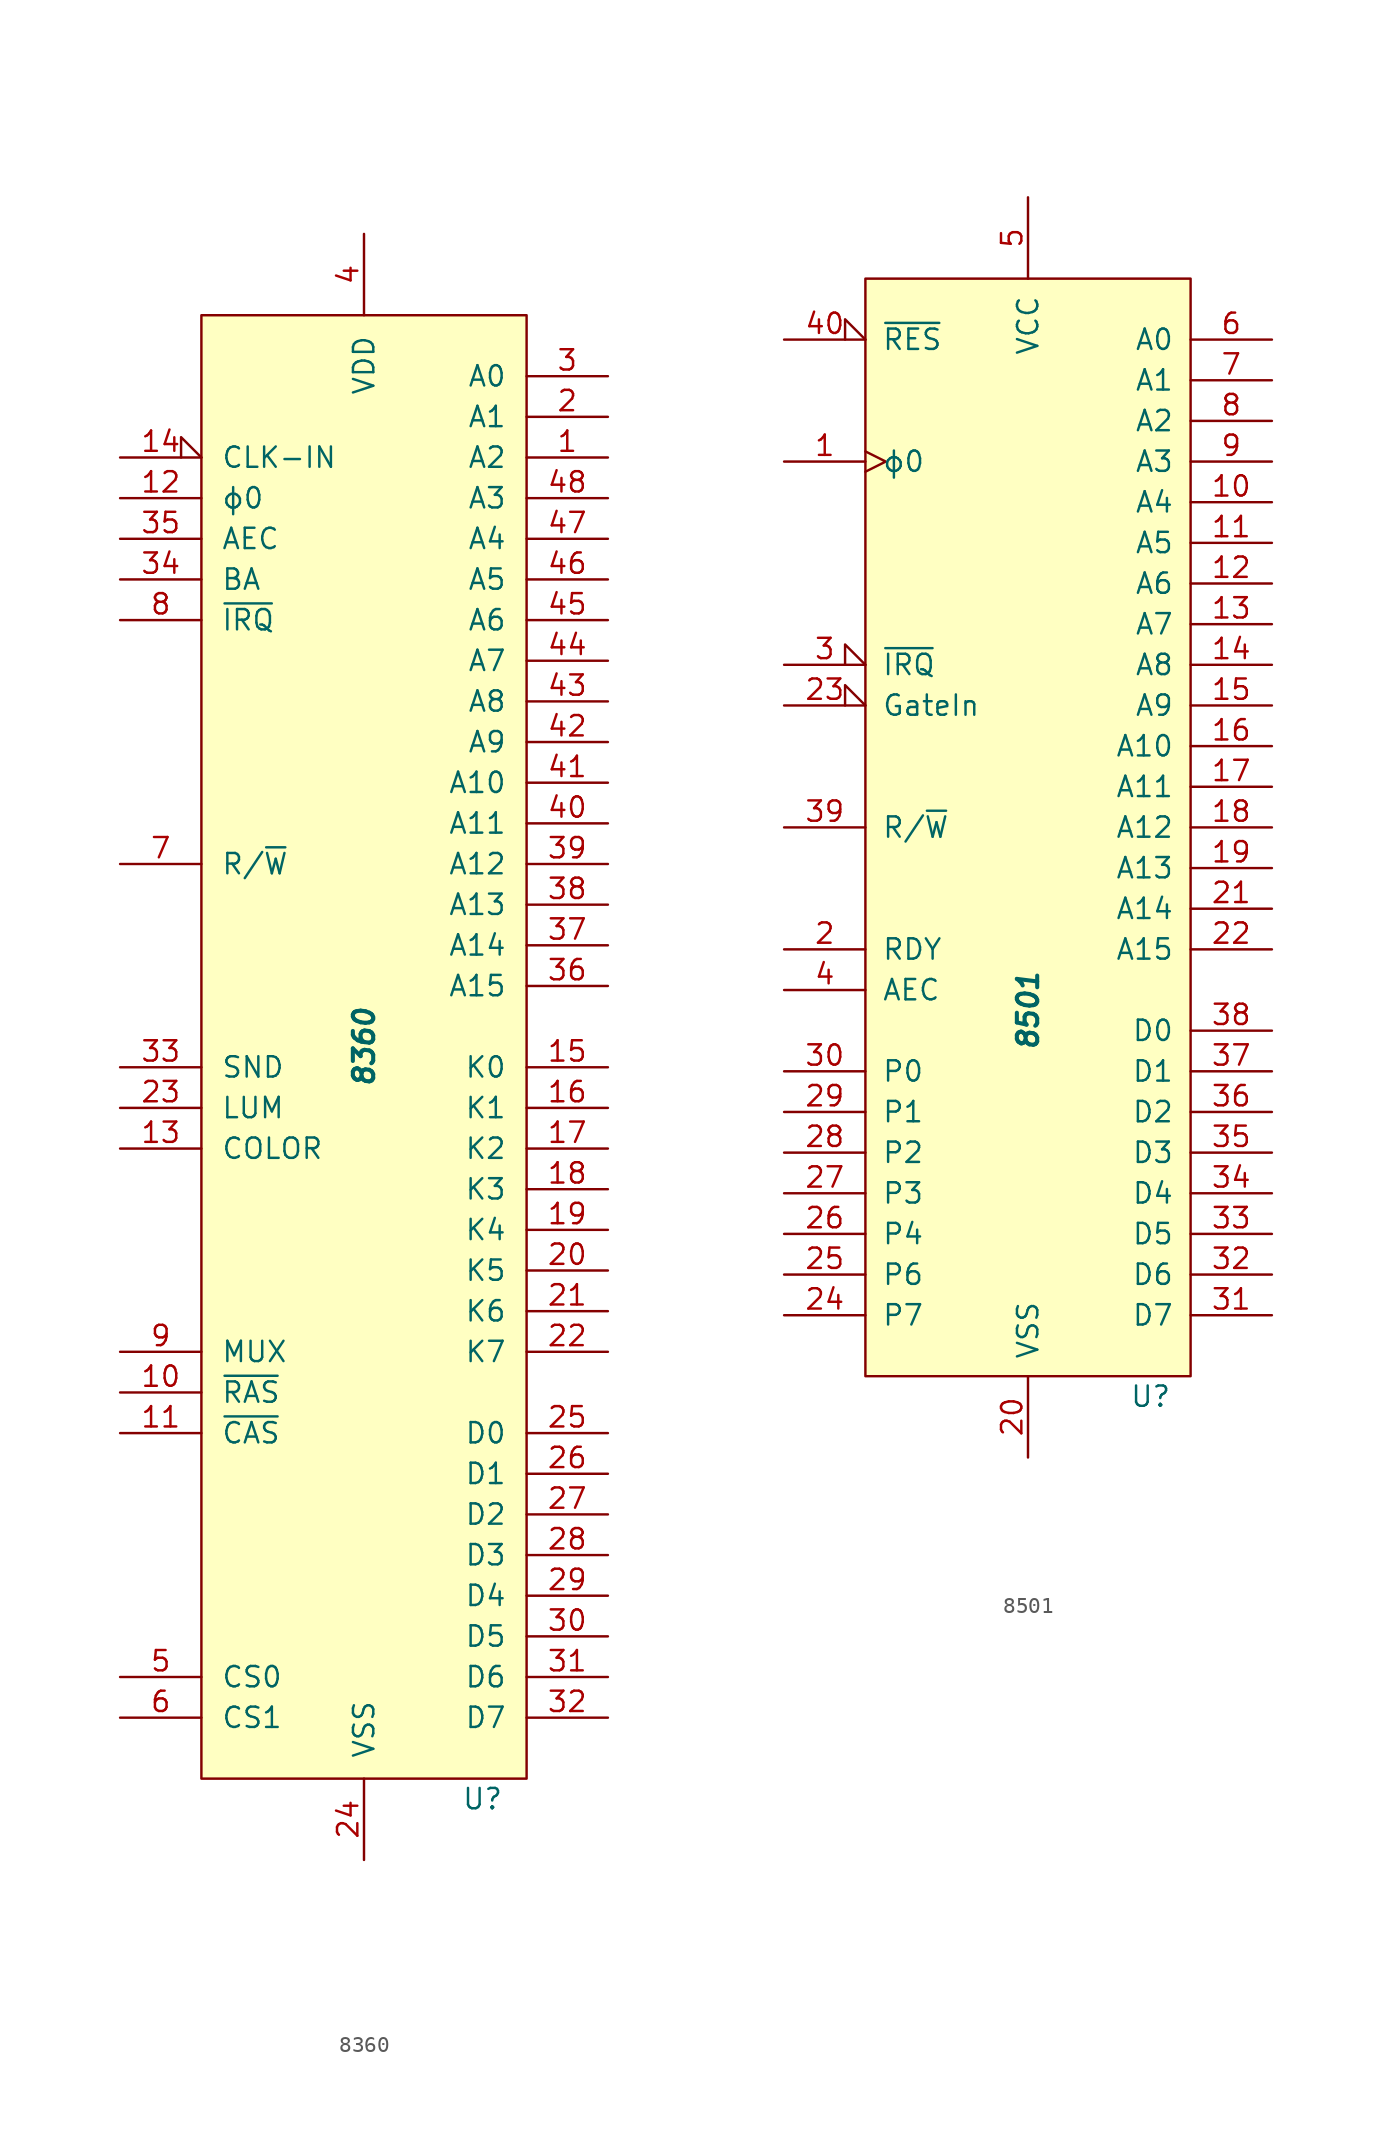
<source format=kicad_sym>
(kicad_symbol_lib
  (version 20231120)
  (generator "kicad_symbol_editor")
  (generator_version "8.0")
  (symbol "8360"
    (pin_names
      (offset 1.219))
    (property "Reference" "U"
      (at 6.096 -46.99 0)
      (effects (font (size 1.27 1.27)) (justify left)))
    (property "Value" "8360"
      (at 0 0 90)
      (effects (font (size 1.27 1.27) (bold yes) (italic yes))))
    (symbol "8360_0_1"
      (rectangle (start -10.16 45.72) (end 10.16 -45.72) (stroke (width 0) (type solid)) (fill (type background))))
    (symbol "8360_1_1"
      (pin tri_state line (at 15.24 36.83 180) (length 5.08) (name "A2" (effects (font (size 1.27 1.27)))) (number "1" (effects (font (size 1.27 1.27)))))
      (pin input line (at -15.24 -21.59 0) (length 5.08) (name "~{RAS}" (effects (font (size 1.27 1.27)))) (number "10" (effects (font (size 1.27 1.27)))))
      (pin input line (at -15.24 -24.13 0) (length 5.08) (name "~{CAS}" (effects (font (size 1.27 1.27)))) (number "11" (effects (font (size 1.27 1.27)))))
      (pin input line (at -15.24 34.29 0) (length 5.08) (name "ϕ0" (effects (font (size 1.27 1.27)))) (number "12" (effects (font (size 1.27 1.27)))))
      (pin input line (at -15.24 -6.35 0) (length 5.08) (name "COLOR" (effects (font (size 1.27 1.27)))) (number "13" (effects (font (size 1.27 1.27)))))
      (pin input input_low (at -15.24 36.83 0) (length 5.08) (name "CLK-IN" (effects (font (size 1.27 1.27)))) (number "14" (effects (font (size 1.27 1.27)))))
      (pin bidirectional line (at 15.24 -1.27 180) (length 5.08) (name "K0" (effects (font (size 1.27 1.27)))) (number "15" (effects (font (size 1.27 1.27)))))
      (pin bidirectional line (at 15.24 -3.81 180) (length 5.08) (name "K1" (effects (font (size 1.27 1.27)))) (number "16" (effects (font (size 1.27 1.27)))))
      (pin bidirectional line (at 15.24 -6.35 180) (length 5.08) (name "K2" (effects (font (size 1.27 1.27)))) (number "17" (effects (font (size 1.27 1.27)))))
      (pin bidirectional line (at 15.24 -8.89 180) (length 5.08) (name "K3" (effects (font (size 1.27 1.27)))) (number "18" (effects (font (size 1.27 1.27)))))
      (pin bidirectional line (at 15.24 -11.43 180) (length 5.08) (name "K4" (effects (font (size 1.27 1.27)))) (number "19" (effects (font (size 1.27 1.27)))))
      (pin tri_state line (at 15.24 39.37 180) (length 5.08) (name "A1" (effects (font (size 1.27 1.27)))) (number "2" (effects (font (size 1.27 1.27)))))
      (pin bidirectional line (at 15.24 -13.97 180) (length 5.08) (name "K5" (effects (font (size 1.27 1.27)))) (number "20" (effects (font (size 1.27 1.27)))))
      (pin bidirectional line (at 15.24 -16.51 180) (length 5.08) (name "K6" (effects (font (size 1.27 1.27)))) (number "21" (effects (font (size 1.27 1.27)))))
      (pin bidirectional line (at 15.24 -19.05 180) (length 5.08) (name "K7" (effects (font (size 1.27 1.27)))) (number "22" (effects (font (size 1.27 1.27)))))
      (pin input line (at -15.24 -3.81 0) (length 5.08) (name "LUM" (effects (font (size 1.27 1.27)))) (number "23" (effects (font (size 1.27 1.27)))))
      (pin power_in line (at 0 -50.8 90) (length 5.08) (name "VSS" (effects (font (size 1.27 1.27)))) (number "24" (effects (font (size 1.27 1.27)))))
      (pin bidirectional line (at 15.24 -24.13 180) (length 5.08) (name "D0" (effects (font (size 1.27 1.27)))) (number "25" (effects (font (size 1.27 1.27)))))
      (pin bidirectional line (at 15.24 -26.67 180) (length 5.08) (name "D1" (effects (font (size 1.27 1.27)))) (number "26" (effects (font (size 1.27 1.27)))))
      (pin bidirectional line (at 15.24 -29.21 180) (length 5.08) (name "D2" (effects (font (size 1.27 1.27)))) (number "27" (effects (font (size 1.27 1.27)))))
      (pin bidirectional line (at 15.24 -31.75 180) (length 5.08) (name "D3" (effects (font (size 1.27 1.27)))) (number "28" (effects (font (size 1.27 1.27)))))
      (pin bidirectional line (at 15.24 -34.29 180) (length 5.08) (name "D4" (effects (font (size 1.27 1.27)))) (number "29" (effects (font (size 1.27 1.27)))))
      (pin tri_state line (at 15.24 41.91 180) (length 5.08) (name "A0" (effects (font (size 1.27 1.27)))) (number "3" (effects (font (size 1.27 1.27)))))
      (pin bidirectional line (at 15.24 -36.83 180) (length 5.08) (name "D5" (effects (font (size 1.27 1.27)))) (number "30" (effects (font (size 1.27 1.27)))))
      (pin bidirectional line (at 15.24 -39.37 180) (length 5.08) (name "D6" (effects (font (size 1.27 1.27)))) (number "31" (effects (font (size 1.27 1.27)))))
      (pin bidirectional line (at 15.24 -41.91 180) (length 5.08) (name "D7" (effects (font (size 1.27 1.27)))) (number "32" (effects (font (size 1.27 1.27)))))
      (pin input line (at -15.24 -1.27 0) (length 5.08) (name "SND" (effects (font (size 1.27 1.27)))) (number "33" (effects (font (size 1.27 1.27)))))
      (pin input line (at -15.24 29.21 0) (length 5.08) (name "BA" (effects (font (size 1.27 1.27)))) (number "34" (effects (font (size 1.27 1.27)))))
      (pin input line (at -15.24 31.75 0) (length 5.08) (name "AEC" (effects (font (size 1.27 1.27)))) (number "35" (effects (font (size 1.27 1.27)))))
      (pin tri_state line (at 15.24 3.81 180) (length 5.08) (name "A15" (effects (font (size 1.27 1.27)))) (number "36" (effects (font (size 1.27 1.27)))))
      (pin tri_state line (at 15.24 6.35 180) (length 5.08) (name "A14" (effects (font (size 1.27 1.27)))) (number "37" (effects (font (size 1.27 1.27)))))
      (pin tri_state line (at 15.24 8.89 180) (length 5.08) (name "A13" (effects (font (size 1.27 1.27)))) (number "38" (effects (font (size 1.27 1.27)))))
      (pin tri_state line (at 15.24 11.43 180) (length 5.08) (name "A12" (effects (font (size 1.27 1.27)))) (number "39" (effects (font (size 1.27 1.27)))))
      (pin power_in line (at 0 50.8 270) (length 5.08) (name "VDD" (effects (font (size 1.27 1.27)))) (number "4" (effects (font (size 1.27 1.27)))))
      (pin tri_state line (at 15.24 13.97 180) (length 5.08) (name "A11" (effects (font (size 1.27 1.27)))) (number "40" (effects (font (size 1.27 1.27)))))
      (pin tri_state line (at 15.24 16.51 180) (length 5.08) (name "A10" (effects (font (size 1.27 1.27)))) (number "41" (effects (font (size 1.27 1.27)))))
      (pin tri_state line (at 15.24 19.05 180) (length 5.08) (name "A9" (effects (font (size 1.27 1.27)))) (number "42" (effects (font (size 1.27 1.27)))))
      (pin tri_state line (at 15.24 21.59 180) (length 5.08) (name "A8" (effects (font (size 1.27 1.27)))) (number "43" (effects (font (size 1.27 1.27)))))
      (pin tri_state line (at 15.24 24.13 180) (length 5.08) (name "A7" (effects (font (size 1.27 1.27)))) (number "44" (effects (font (size 1.27 1.27)))))
      (pin tri_state line (at 15.24 26.67 180) (length 5.08) (name "A6" (effects (font (size 1.27 1.27)))) (number "45" (effects (font (size 1.27 1.27)))))
      (pin tri_state line (at 15.24 29.21 180) (length 5.08) (name "A5" (effects (font (size 1.27 1.27)))) (number "46" (effects (font (size 1.27 1.27)))))
      (pin tri_state line (at 15.24 31.75 180) (length 5.08) (name "A4" (effects (font (size 1.27 1.27)))) (number "47" (effects (font (size 1.27 1.27)))))
      (pin tri_state line (at 15.24 34.29 180) (length 5.08) (name "A3" (effects (font (size 1.27 1.27)))) (number "48" (effects (font (size 1.27 1.27)))))
      (pin input line (at -15.24 -39.37 0) (length 5.08) (name "CS0" (effects (font (size 1.27 1.27)))) (number "5" (effects (font (size 1.27 1.27)))))
      (pin input line (at -15.24 -41.91 0) (length 5.08) (name "CS1" (effects (font (size 1.27 1.27)))) (number "6" (effects (font (size 1.27 1.27)))))
      (pin tri_state line (at -15.24 11.43 0) (length 5.08) (name "R/~{W}" (effects (font (size 1.27 1.27)))) (number "7" (effects (font (size 1.27 1.27)))))
      (pin input line (at -15.24 26.67 0) (length 5.08) (name "~{IRQ}" (effects (font (size 1.27 1.27)))) (number "8" (effects (font (size 1.27 1.27)))))
      (pin input line (at -15.24 -19.05 0) (length 5.08) (name "MUX" (effects (font (size 1.27 1.27)))) (number "9" (effects (font (size 1.27 1.27)))))))
  (symbol "8501"
    (pin_names
      (offset 1.016))
    (property "Reference" "U"
      (at 6.35 -24.13 0)
      (effects (font (size 1.27 1.27)) (justify left)))
    (property "Value" "8501"
      (at 0 0 90)
      (effects (font (size 1.27 1.27) (bold yes) (italic yes))))
    (symbol "8501_0_1"
      (rectangle (start -10.16 45.72) (end 10.16 -22.86) (stroke (width 0) (type solid)) (fill (type background))))
    (symbol "8501_1_1"
      (pin input clock (at -15.24 34.29 0) (length 5.08) (name "ϕ0" (effects (font (size 1.27 1.27)))) (number "1" (effects (font (size 1.27 1.27)))))
      (pin tri_state line (at 15.24 31.75 180) (length 5.08) (name "A4" (effects (font (size 1.27 1.27)))) (number "10" (effects (font (size 1.27 1.27)))))
      (pin tri_state line (at 15.24 29.21 180) (length 5.08) (name "A5" (effects (font (size 1.27 1.27)))) (number "11" (effects (font (size 1.27 1.27)))))
      (pin tri_state line (at 15.24 26.67 180) (length 5.08) (name "A6" (effects (font (size 1.27 1.27)))) (number "12" (effects (font (size 1.27 1.27)))))
      (pin tri_state line (at 15.24 24.13 180) (length 5.08) (name "A7" (effects (font (size 1.27 1.27)))) (number "13" (effects (font (size 1.27 1.27)))))
      (pin tri_state line (at 15.24 21.59 180) (length 5.08) (name "A8" (effects (font (size 1.27 1.27)))) (number "14" (effects (font (size 1.27 1.27)))))
      (pin tri_state line (at 15.24 19.05 180) (length 5.08) (name "A9" (effects (font (size 1.27 1.27)))) (number "15" (effects (font (size 1.27 1.27)))))
      (pin tri_state line (at 15.24 16.51 180) (length 5.08) (name "A10" (effects (font (size 1.27 1.27)))) (number "16" (effects (font (size 1.27 1.27)))))
      (pin tri_state line (at 15.24 13.97 180) (length 5.08) (name "A11" (effects (font (size 1.27 1.27)))) (number "17" (effects (font (size 1.27 1.27)))))
      (pin tri_state line (at 15.24 11.43 180) (length 5.08) (name "A12" (effects (font (size 1.27 1.27)))) (number "18" (effects (font (size 1.27 1.27)))))
      (pin tri_state line (at 15.24 8.89 180) (length 5.08) (name "A13" (effects (font (size 1.27 1.27)))) (number "19" (effects (font (size 1.27 1.27)))))
      (pin input line (at -15.24 3.81 0) (length 5.08) (name "RDY" (effects (font (size 1.27 1.27)))) (number "2" (effects (font (size 1.27 1.27)))))
      (pin power_in line (at 0 -27.94 90) (length 5.08) (name "VSS" (effects (font (size 1.27 1.27)))) (number "20" (effects (font (size 1.27 1.27)))))
      (pin tri_state line (at 15.24 6.35 180) (length 5.08) (name "A14" (effects (font (size 1.27 1.27)))) (number "21" (effects (font (size 1.27 1.27)))))
      (pin tri_state line (at 15.24 3.81 180) (length 5.08) (name "A15" (effects (font (size 1.27 1.27)))) (number "22" (effects (font (size 1.27 1.27)))))
      (pin input input_low (at -15.24 19.05 0) (length 5.08) (name "GateIn" (effects (font (size 1.27 1.27)))) (number "23" (effects (font (size 1.27 1.27)))))
      (pin bidirectional line (at -15.24 -19.05 0) (length 5.08) (name "P7" (effects (font (size 1.27 1.27)))) (number "24" (effects (font (size 1.27 1.27)))))
      (pin bidirectional line (at -15.24 -16.51 0) (length 5.08) (name "P6" (effects (font (size 1.27 1.27)))) (number "25" (effects (font (size 1.27 1.27)))))
      (pin bidirectional line (at -15.24 -13.97 0) (length 5.08) (name "P4" (effects (font (size 1.27 1.27)))) (number "26" (effects (font (size 1.27 1.27)))))
      (pin bidirectional line (at -15.24 -11.43 0) (length 5.08) (name "P3" (effects (font (size 1.27 1.27)))) (number "27" (effects (font (size 1.27 1.27)))))
      (pin bidirectional line (at -15.24 -8.89 0) (length 5.08) (name "P2" (effects (font (size 1.27 1.27)))) (number "28" (effects (font (size 1.27 1.27)))))
      (pin bidirectional line (at -15.24 -6.35 0) (length 5.08) (name "P1" (effects (font (size 1.27 1.27)))) (number "29" (effects (font (size 1.27 1.27)))))
      (pin input input_low (at -15.24 21.59 0) (length 5.08) (name "~{IRQ}" (effects (font (size 1.27 1.27)))) (number "3" (effects (font (size 1.27 1.27)))))
      (pin bidirectional line (at -15.24 -3.81 0) (length 5.08) (name "P0" (effects (font (size 1.27 1.27)))) (number "30" (effects (font (size 1.27 1.27)))))
      (pin bidirectional line (at 15.24 -19.05 180) (length 5.08) (name "D7" (effects (font (size 1.27 1.27)))) (number "31" (effects (font (size 1.27 1.27)))))
      (pin bidirectional line (at 15.24 -16.51 180) (length 5.08) (name "D6" (effects (font (size 1.27 1.27)))) (number "32" (effects (font (size 1.27 1.27)))))
      (pin bidirectional line (at 15.24 -13.97 180) (length 5.08) (name "D5" (effects (font (size 1.27 1.27)))) (number "33" (effects (font (size 1.27 1.27)))))
      (pin bidirectional line (at 15.24 -11.43 180) (length 5.08) (name "D4" (effects (font (size 1.27 1.27)))) (number "34" (effects (font (size 1.27 1.27)))))
      (pin bidirectional line (at 15.24 -8.89 180) (length 5.08) (name "D3" (effects (font (size 1.27 1.27)))) (number "35" (effects (font (size 1.27 1.27)))))
      (pin bidirectional line (at 15.24 -6.35 180) (length 5.08) (name "D2" (effects (font (size 1.27 1.27)))) (number "36" (effects (font (size 1.27 1.27)))))
      (pin bidirectional line (at 15.24 -3.81 180) (length 5.08) (name "D1" (effects (font (size 1.27 1.27)))) (number "37" (effects (font (size 1.27 1.27)))))
      (pin bidirectional line (at 15.24 -1.27 180) (length 5.08) (name "D0" (effects (font (size 1.27 1.27)))) (number "38" (effects (font (size 1.27 1.27)))))
      (pin tri_state line (at -15.24 11.43 0) (length 5.08) (name "R/~{W}" (effects (font (size 1.27 1.27)))) (number "39" (effects (font (size 1.27 1.27)))))
      (pin input line (at -15.24 1.27 0) (length 5.08) (name "AEC" (effects (font (size 1.27 1.27)))) (number "4" (effects (font (size 1.27 1.27)))))
      (pin input input_low (at -15.24 41.91 0) (length 5.08) (name "~{RES}" (effects (font (size 1.27 1.27)))) (number "40" (effects (font (size 1.27 1.27)))))
      (pin power_in line (at 0 50.8 270) (length 5.08) (name "VCC" (effects (font (size 1.27 1.27)))) (number "5" (effects (font (size 1.27 1.27)))))
      (pin tri_state line (at 15.24 41.91 180) (length 5.08) (name "A0" (effects (font (size 1.27 1.27)))) (number "6" (effects (font (size 1.27 1.27)))))
      (pin tri_state line (at 15.24 39.37 180) (length 5.08) (name "A1" (effects (font (size 1.27 1.27)))) (number "7" (effects (font (size 1.27 1.27)))))
      (pin tri_state line (at 15.24 36.83 180) (length 5.08) (name "A2" (effects (font (size 1.27 1.27)))) (number "8" (effects (font (size 1.27 1.27)))))
      (pin tri_state line (at 15.24 34.29 180) (length 5.08) (name "A3" (effects (font (size 1.27 1.27)))) (number "9" (effects (font (size 1.27 1.27))))))))
</source>
